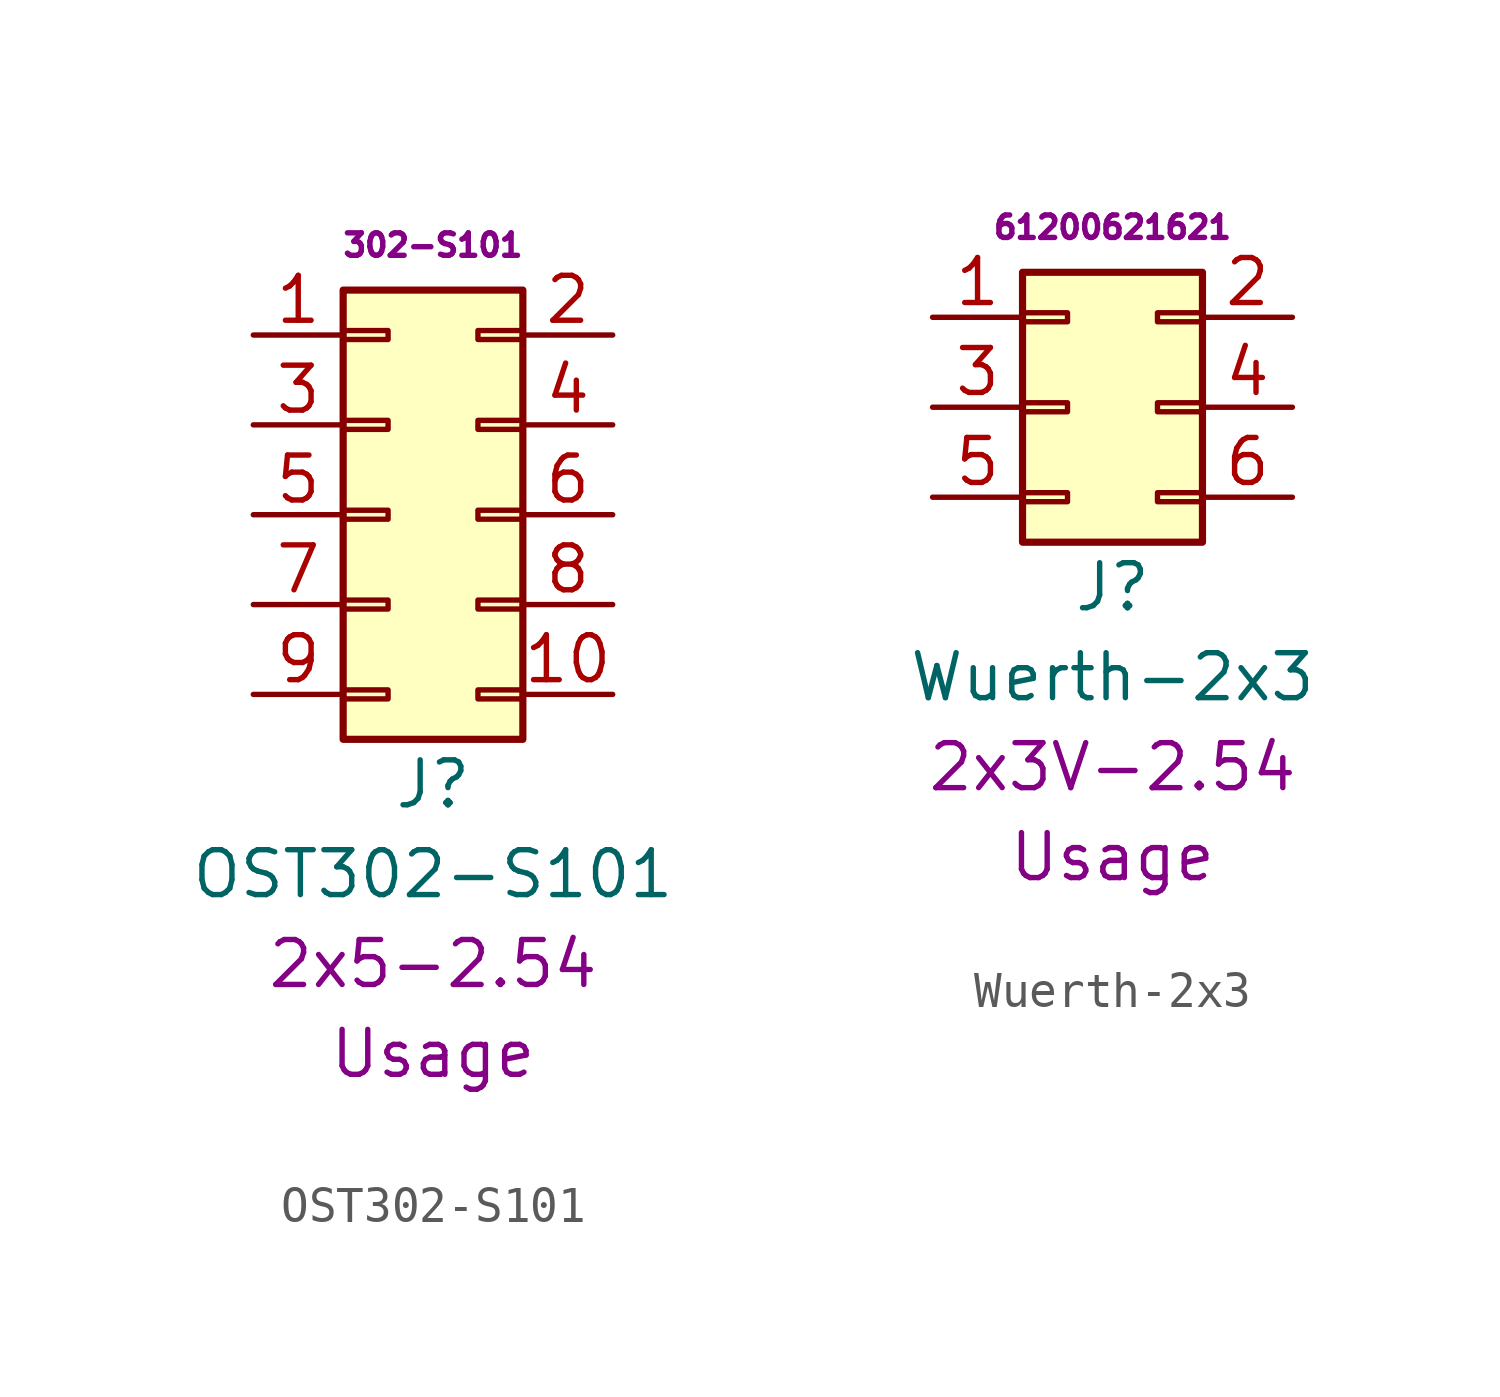
<source format=kicad_sym>
(kicad_symbol_lib
  (version 20201005)
  (generator kicad_symbol_editor)
  (symbol "OST302-S101"
    (pin_names
      (offset 1.016) hide)
    (property "Reference" "J"
      (at 0 -7.62 0)
      (effects (font (size 1.27 1.27))))
    (property "Value" "OST302-S101"
      (at 0 -10.16 0)
      (effects (font (size 1.27 1.27))))
    (property "Package" "2x5-2.54"
      (at 0 -12.7 0)
      (effects (font (size 1.27 1.27))))
    (property "Usage" "Usage"
      (at 0 -15.24 0)
      (effects (font (size 1.27 1.27))))
    (property "MPN" "302-S101"
      (at 0 7.62 0)
      (effects (font (size 0.635 0.635))))
    (symbol "OST302-S101_1_1"
      (rectangle (start -2.54 -4.953) (end -1.27 -5.207) (stroke (width 0.152)) (fill (type none)))
      (rectangle (start -2.54 -2.413) (end -1.27 -2.667) (stroke (width 0.152)) (fill (type none)))
      (rectangle (start -2.54 0.127) (end -1.27 -0.127) (stroke (width 0.152)) (fill (type none)))
      (rectangle (start -2.54 2.667) (end -1.27 2.413) (stroke (width 0.152)) (fill (type none)))
      (rectangle (start -2.54 5.207) (end -1.27 4.953) (stroke (width 0.152)) (fill (type none)))
      (rectangle (start -2.54 6.35) (end 2.54 -6.35) (stroke (width 0.203)) (fill (type background)))
      (rectangle (start 2.54 -4.953) (end 1.27 -5.207) (stroke (width 0.152)) (fill (type none)))
      (rectangle (start 2.54 -2.413) (end 1.27 -2.667) (stroke (width 0.152)) (fill (type none)))
      (rectangle (start 2.54 0.127) (end 1.27 -0.127) (stroke (width 0.152)) (fill (type none)))
      (rectangle (start 2.54 2.667) (end 1.27 2.413) (stroke (width 0.152)) (fill (type none)))
      (rectangle (start 2.54 5.207) (end 1.27 4.953) (stroke (width 0.152)) (fill (type none)))
      (pin passive line (at -5.08 5.08 0) (length 2.54) (name "Pin_1" (effects (font (size 1.27 1.27)))) (number "1" (effects (font (size 1.27 1.27)))))
      (pin passive line (at 5.08 -5.08 180) (length 2.54) (name "Pin_10" (effects (font (size 1.27 1.27)))) (number "10" (effects (font (size 1.27 1.27)))))
      (pin passive line (at 5.08 5.08 180) (length 2.54) (name "Pin_2" (effects (font (size 1.27 1.27)))) (number "2" (effects (font (size 1.27 1.27)))))
      (pin passive line (at -5.08 2.54 0) (length 2.54) (name "Pin_3" (effects (font (size 1.27 1.27)))) (number "3" (effects (font (size 1.27 1.27)))))
      (pin passive line (at 5.08 2.54 180) (length 2.54) (name "Pin_4" (effects (font (size 1.27 1.27)))) (number "4" (effects (font (size 1.27 1.27)))))
      (pin passive line (at -5.08 0 0) (length 2.54) (name "Pin_5" (effects (font (size 1.27 1.27)))) (number "5" (effects (font (size 1.27 1.27)))))
      (pin passive line (at 5.08 0 180) (length 2.54) (name "Pin_6" (effects (font (size 1.27 1.27)))) (number "6" (effects (font (size 1.27 1.27)))))
      (pin passive line (at -5.08 -2.54 0) (length 2.54) (name "Pin_7" (effects (font (size 1.27 1.27)))) (number "7" (effects (font (size 1.27 1.27)))))
      (pin passive line (at 5.08 -2.54 180) (length 2.54) (name "Pin_8" (effects (font (size 1.27 1.27)))) (number "8" (effects (font (size 1.27 1.27)))))
      (pin passive line (at -5.08 -5.08 0) (length 2.54) (name "Pin_9" (effects (font (size 1.27 1.27)))) (number "9" (effects (font (size 1.27 1.27)))))))
  (symbol "Wuerth-2x3"
    (pin_names
      (offset 1.016) hide)
    (property "Reference" "J"
      (at 0 -5.08 0)
      (effects (font (size 1.27 1.27))))
    (property "Value" "Wuerth-2x3"
      (at 0 -7.62 0)
      (effects (font (size 1.27 1.27))))
    (property "Package" "2x3V-2.54"
      (at 0 -10.16 0)
      (effects (font (size 1.27 1.27))))
    (property "Usage" "Usage"
      (at 0 -12.7 0)
      (effects (font (size 1.27 1.27))))
    (property "MPN" "61200621621"
      (at 0 5.08 0)
      (effects (font (size 0.635 0.635))))
    (symbol "Wuerth-2x3_1_1"
      (rectangle (start -2.54 -2.413) (end -1.27 -2.667) (stroke (width 0.152)) (fill (type none)))
      (rectangle (start -2.54 0.127) (end -1.27 -0.127) (stroke (width 0.152)) (fill (type none)))
      (rectangle (start -2.54 2.667) (end -1.27 2.413) (stroke (width 0.152)) (fill (type none)))
      (rectangle (start -2.54 3.81) (end 2.54 -3.81) (stroke (width 0.203)) (fill (type background)))
      (rectangle (start 2.54 -2.413) (end 1.27 -2.667) (stroke (width 0.152)) (fill (type none)))
      (rectangle (start 2.54 0.127) (end 1.27 -0.127) (stroke (width 0.152)) (fill (type none)))
      (rectangle (start 2.54 2.667) (end 1.27 2.413) (stroke (width 0.152)) (fill (type none)))
      (pin passive line (at -5.08 2.54 0) (length 2.54) (name "Pin_1" (effects (font (size 1.27 1.27)))) (number "1" (effects (font (size 1.27 1.27)))))
      (pin passive line (at 5.08 2.54 180) (length 2.54) (name "Pin_2" (effects (font (size 1.27 1.27)))) (number "2" (effects (font (size 1.27 1.27)))))
      (pin passive line (at -5.08 0 0) (length 2.54) (name "Pin_3" (effects (font (size 1.27 1.27)))) (number "3" (effects (font (size 1.27 1.27)))))
      (pin passive line (at 5.08 0 180) (length 2.54) (name "Pin_4" (effects (font (size 1.27 1.27)))) (number "4" (effects (font (size 1.27 1.27)))))
      (pin passive line (at -5.08 -2.54 0) (length 2.54) (name "Pin_5" (effects (font (size 1.27 1.27)))) (number "5" (effects (font (size 1.27 1.27)))))
      (pin passive line (at 5.08 -2.54 180) (length 2.54) (name "Pin_6" (effects (font (size 1.27 1.27)))) (number "6" (effects (font (size 1.27 1.27))))))))
</source>
